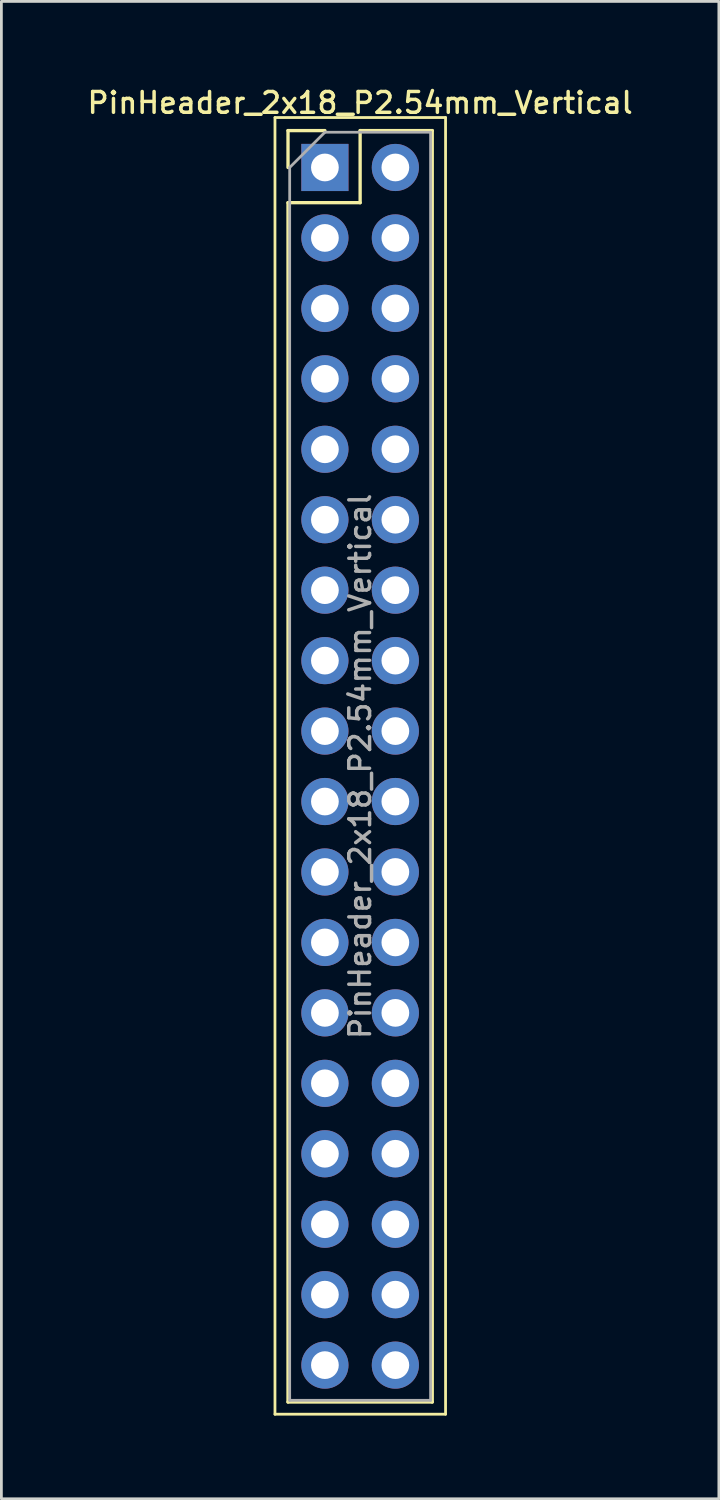
<source format=kicad_pcb>
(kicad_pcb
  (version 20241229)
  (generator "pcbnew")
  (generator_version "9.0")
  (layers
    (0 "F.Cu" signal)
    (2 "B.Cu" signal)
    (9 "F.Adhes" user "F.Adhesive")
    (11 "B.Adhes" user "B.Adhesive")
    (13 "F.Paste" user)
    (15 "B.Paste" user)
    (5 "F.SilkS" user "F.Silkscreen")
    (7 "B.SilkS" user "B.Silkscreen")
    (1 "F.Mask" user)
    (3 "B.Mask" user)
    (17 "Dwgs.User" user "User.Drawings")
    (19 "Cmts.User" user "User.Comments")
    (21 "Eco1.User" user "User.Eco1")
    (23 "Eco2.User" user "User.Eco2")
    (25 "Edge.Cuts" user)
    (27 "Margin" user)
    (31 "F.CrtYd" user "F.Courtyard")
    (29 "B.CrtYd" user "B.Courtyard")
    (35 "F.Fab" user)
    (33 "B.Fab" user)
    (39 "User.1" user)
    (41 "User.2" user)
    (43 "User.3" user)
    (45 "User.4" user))
  (footprint "PinHeader_2x18_P2.54mm_Vertical"
    (layer "F.Cu")
    (at 8.664 2.988)
    (property "Reference" "PinHeader_2x18_P2.54mm_Vertical" (at 1.27 -2.33 0) (layer "F.SilkS") (effects (font (size 0.75 0.75) (thickness 0.125))))
    (attr through_hole)
    (fp_line (start -1.8 -1.8) (end -1.8 44.95) (stroke (width 0.1) (type solid)) (layer "F.SilkS"))
    (fp_line (start -1.8 44.95) (end 4.35 44.95) (stroke (width 0.1) (type solid)) (layer "F.SilkS"))
    (fp_line (start -1.33 -1.33) (end 0 -1.33) (stroke (width 0.12) (type solid)) (layer "F.SilkS"))
    (fp_line (start -1.33 0) (end -1.33 -1.33) (stroke (width 0.12) (type solid)) (layer "F.SilkS"))
    (fp_line (start -1.33 1.27) (end -1.33 44.51) (stroke (width 0.12) (type solid)) (layer "F.SilkS"))
    (fp_line (start -1.33 1.27) (end 1.27 1.27) (stroke (width 0.12) (type solid)) (layer "F.SilkS"))
    (fp_line (start -1.33 44.51) (end 3.87 44.51) (stroke (width 0.12) (type solid)) (layer "F.SilkS"))
    (fp_line (start 1.27 -1.33) (end 3.87 -1.33) (stroke (width 0.12) (type solid)) (layer "F.SilkS"))
    (fp_line (start 1.27 1.27) (end 1.27 -1.33) (stroke (width 0.12) (type solid)) (layer "F.SilkS"))
    (fp_line (start 3.87 -1.33) (end 3.87 44.51) (stroke (width 0.12) (type solid)) (layer "F.SilkS"))
    (fp_line (start 4.35 -1.8) (end -1.8 -1.8) (stroke (width 0.1) (type solid)) (layer "F.SilkS"))
    (fp_line (start 4.35 44.95) (end 4.35 -1.8) (stroke (width 0.1) (type solid)) (layer "F.SilkS"))
    (fp_line (start -1.27 0) (end 0 -1.27) (stroke (width 0.1) (type solid)) (layer "F.Fab"))
    (fp_line (start -1.27 44.45) (end -1.27 0) (stroke (width 0.1) (type solid)) (layer "F.Fab"))
    (fp_line (start 0 -1.27) (end 3.81 -1.27) (stroke (width 0.1) (type solid)) (layer "F.Fab"))
    (fp_line (start 3.81 -1.27) (end 3.81 44.45) (stroke (width 0.1) (type solid)) (layer "F.Fab"))
    (fp_line (start 3.81 44.45) (end -1.27 44.45) (stroke (width 0.1) (type solid)) (layer "F.Fab"))
    (fp_text user "${REFERENCE}" (at 1.27 21.59 90) (layer "F.Fab") (effects (font (size 0.75 0.75) (thickness 0.125))))
    (pad "1" thru_hole rect (at 0 0) (size 1.7 1.7) (drill 1) (layers "*.Cu" "*.Mask"))
    (pad "2" thru_hole oval (at 2.54 0) (size 1.7 1.7) (drill 1) (layers "*.Cu" "*.Mask"))
    (pad "3" thru_hole oval (at 0 2.54) (size 1.7 1.7) (drill 1) (layers "*.Cu" "*.Mask"))
    (pad "4" thru_hole oval (at 2.54 2.54) (size 1.7 1.7) (drill 1) (layers "*.Cu" "*.Mask"))
    (pad "5" thru_hole oval (at 0 5.08) (size 1.7 1.7) (drill 1) (layers "*.Cu" "*.Mask"))
    (pad "6" thru_hole oval (at 2.54 5.08) (size 1.7 1.7) (drill 1) (layers "*.Cu" "*.Mask"))
    (pad "7" thru_hole oval (at 0 7.62) (size 1.7 1.7) (drill 1) (layers "*.Cu" "*.Mask"))
    (pad "8" thru_hole oval (at 2.54 7.62) (size 1.7 1.7) (drill 1) (layers "*.Cu" "*.Mask"))
    (pad "9" thru_hole oval (at 0 10.16) (size 1.7 1.7) (drill 1) (layers "*.Cu" "*.Mask"))
    (pad "10" thru_hole oval (at 2.54 10.16) (size 1.7 1.7) (drill 1) (layers "*.Cu" "*.Mask"))
    (pad "11" thru_hole oval (at 0 12.7) (size 1.7 1.7) (drill 1) (layers "*.Cu" "*.Mask"))
    (pad "12" thru_hole oval (at 2.54 12.7) (size 1.7 1.7) (drill 1) (layers "*.Cu" "*.Mask"))
    (pad "13" thru_hole oval (at 0 15.24) (size 1.7 1.7) (drill 1) (layers "*.Cu" "*.Mask"))
    (pad "14" thru_hole oval (at 2.54 15.24) (size 1.7 1.7) (drill 1) (layers "*.Cu" "*.Mask"))
    (pad "15" thru_hole oval (at 0 17.78) (size 1.7 1.7) (drill 1) (layers "*.Cu" "*.Mask"))
    (pad "16" thru_hole oval (at 2.54 17.78) (size 1.7 1.7) (drill 1) (layers "*.Cu" "*.Mask"))
    (pad "17" thru_hole oval (at 0 20.32) (size 1.7 1.7) (drill 1) (layers "*.Cu" "*.Mask"))
    (pad "18" thru_hole oval (at 2.54 20.32) (size 1.7 1.7) (drill 1) (layers "*.Cu" "*.Mask"))
    (pad "19" thru_hole oval (at 0 22.86) (size 1.7 1.7) (drill 1) (layers "*.Cu" "*.Mask"))
    (pad "20" thru_hole oval (at 2.54 22.86) (size 1.7 1.7) (drill 1) (layers "*.Cu" "*.Mask"))
    (pad "21" thru_hole oval (at 0 25.4) (size 1.7 1.7) (drill 1) (layers "*.Cu" "*.Mask"))
    (pad "22" thru_hole oval (at 2.54 25.4) (size 1.7 1.7) (drill 1) (layers "*.Cu" "*.Mask"))
    (pad "23" thru_hole oval (at 0 27.94) (size 1.7 1.7) (drill 1) (layers "*.Cu" "*.Mask"))
    (pad "24" thru_hole oval (at 2.54 27.94) (size 1.7 1.7) (drill 1) (layers "*.Cu" "*.Mask"))
    (pad "25" thru_hole oval (at 0 30.48) (size 1.7 1.7) (drill 1) (layers "*.Cu" "*.Mask"))
    (pad "26" thru_hole oval (at 2.54 30.48) (size 1.7 1.7) (drill 1) (layers "*.Cu" "*.Mask"))
    (pad "27" thru_hole oval (at 0 33.02) (size 1.7 1.7) (drill 1) (layers "*.Cu" "*.Mask"))
    (pad "28" thru_hole oval (at 2.54 33.02) (size 1.7 1.7) (drill 1) (layers "*.Cu" "*.Mask"))
    (pad "29" thru_hole oval (at 0 35.56) (size 1.7 1.7) (drill 1) (layers "*.Cu" "*.Mask"))
    (pad "30" thru_hole oval (at 2.54 35.56) (size 1.7 1.7) (drill 1) (layers "*.Cu" "*.Mask"))
    (pad "31" thru_hole oval (at 0 38.1) (size 1.7 1.7) (drill 1) (layers "*.Cu" "*.Mask"))
    (pad "32" thru_hole oval (at 2.54 38.1) (size 1.7 1.7) (drill 1) (layers "*.Cu" "*.Mask"))
    (pad "33" thru_hole oval (at 0 40.64) (size 1.7 1.7) (drill 1) (layers "*.Cu" "*.Mask"))
    (pad "34" thru_hole oval (at 2.54 40.64) (size 1.7 1.7) (drill 1) (layers "*.Cu" "*.Mask"))
    (pad "35" thru_hole oval (at 0 43.18) (size 1.7 1.7) (drill 1) (layers "*.Cu" "*.Mask"))
    (pad "36" thru_hole oval (at 2.54 43.18) (size 1.7 1.7) (drill 1) (layers "*.Cu" "*.Mask")))
  (gr_rect
    (start -3 -3)
    (end 22.868 50.988)
    (stroke (width 0.1) (type default))
    (fill no)
    (layer "Edge.Cuts")))
</source>
